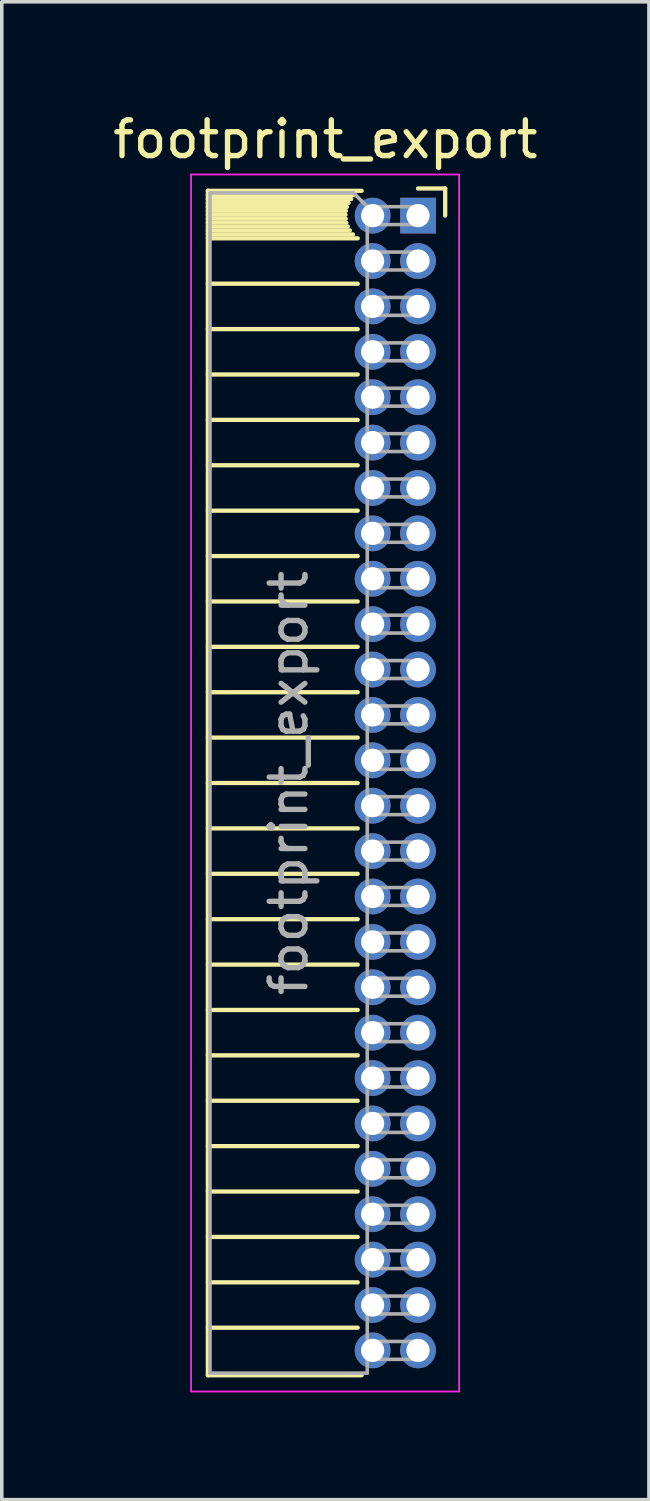
<source format=kicad_pcb>
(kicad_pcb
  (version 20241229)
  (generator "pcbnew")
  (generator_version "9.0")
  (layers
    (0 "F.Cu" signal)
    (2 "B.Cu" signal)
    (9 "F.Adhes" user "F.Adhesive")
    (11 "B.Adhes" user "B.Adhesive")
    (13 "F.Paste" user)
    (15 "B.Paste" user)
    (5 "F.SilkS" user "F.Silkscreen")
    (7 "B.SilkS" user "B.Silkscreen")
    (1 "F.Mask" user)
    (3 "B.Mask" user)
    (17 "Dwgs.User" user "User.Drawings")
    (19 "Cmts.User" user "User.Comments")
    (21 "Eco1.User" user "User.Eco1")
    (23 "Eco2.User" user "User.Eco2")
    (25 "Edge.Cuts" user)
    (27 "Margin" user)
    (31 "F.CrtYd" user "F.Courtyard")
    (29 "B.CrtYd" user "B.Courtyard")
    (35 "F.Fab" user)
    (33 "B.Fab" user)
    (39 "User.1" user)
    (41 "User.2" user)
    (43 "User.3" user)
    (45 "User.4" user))
  (footprint "footprint_export"
    (layer "F.Cu")
    (at 8.646 2.983)
    (property "Reference" "footprint_export" (at -2.592 -2.135 0) (layer "F.SilkS") (effects (font (size 1 1) (thickness 0.15))))
    (attr through_hole)
    (fp_line (start -5.88 -0.695) (end -5.88 32.445) (stroke (width 0.12) (type solid)) (layer "F.SilkS"))
    (fp_line (start -5.88 -0.695) (end -1.578 -0.695) (stroke (width 0.12) (type solid)) (layer "F.SilkS"))
    (fp_line (start -5.88 -0.575) (end -1.767 -0.575) (stroke (width 0.12) (type solid)) (layer "F.SilkS"))
    (fp_line (start -5.88 -0.465) (end -1.871 -0.465) (stroke (width 0.12) (type solid)) (layer "F.SilkS"))
    (fp_line (start -5.88 -0.355) (end -1.942 -0.355) (stroke (width 0.12) (type solid)) (layer "F.SilkS"))
    (fp_line (start -5.88 -0.245) (end -1.989 -0.245) (stroke (width 0.12) (type solid)) (layer "F.SilkS"))
    (fp_line (start -5.88 -0.135) (end -2.018 -0.135) (stroke (width 0.12) (type solid)) (layer "F.SilkS"))
    (fp_line (start -5.88 -0.025) (end -2.03 -0.025) (stroke (width 0.12) (type solid)) (layer "F.SilkS"))
    (fp_line (start -5.88 0.085) (end -2.025 0.085) (stroke (width 0.12) (type solid)) (layer "F.SilkS"))
    (fp_line (start -5.88 0.195) (end -2.005 0.195) (stroke (width 0.12) (type solid)) (layer "F.SilkS"))
    (fp_line (start -5.88 0.305) (end -1.966 0.305) (stroke (width 0.12) (type solid)) (layer "F.SilkS"))
    (fp_line (start -5.88 0.415) (end -1.907 0.415) (stroke (width 0.12) (type solid)) (layer "F.SilkS"))
    (fp_line (start -5.88 0.525) (end -1.82 0.525) (stroke (width 0.12) (type solid)) (layer "F.SilkS"))
    (fp_line (start -5.88 0.635) (end -1.688 0.635) (stroke (width 0.12) (type solid)) (layer "F.SilkS"))
    (fp_line (start -5.88 1.905) (end -1.688 1.905) (stroke (width 0.12) (type solid)) (layer "F.SilkS"))
    (fp_line (start -5.88 3.175) (end -1.688 3.175) (stroke (width 0.12) (type solid)) (layer "F.SilkS"))
    (fp_line (start -5.88 4.445) (end -1.688 4.445) (stroke (width 0.12) (type solid)) (layer "F.SilkS"))
    (fp_line (start -5.88 5.715) (end -1.688 5.715) (stroke (width 0.12) (type solid)) (layer "F.SilkS"))
    (fp_line (start -5.88 6.985) (end -1.688 6.985) (stroke (width 0.12) (type solid)) (layer "F.SilkS"))
    (fp_line (start -5.88 8.255) (end -1.688 8.255) (stroke (width 0.12) (type solid)) (layer "F.SilkS"))
    (fp_line (start -5.88 9.525) (end -1.688 9.525) (stroke (width 0.12) (type solid)) (layer "F.SilkS"))
    (fp_line (start -5.88 10.795) (end -1.688 10.795) (stroke (width 0.12) (type solid)) (layer "F.SilkS"))
    (fp_line (start -5.88 12.065) (end -1.688 12.065) (stroke (width 0.12) (type solid)) (layer "F.SilkS"))
    (fp_line (start -5.88 13.335) (end -1.688 13.335) (stroke (width 0.12) (type solid)) (layer "F.SilkS"))
    (fp_line (start -5.88 14.605) (end -1.688 14.605) (stroke (width 0.12) (type solid)) (layer "F.SilkS"))
    (fp_line (start -5.88 15.875) (end -1.688 15.875) (stroke (width 0.12) (type solid)) (layer "F.SilkS"))
    (fp_line (start -5.88 17.145) (end -1.688 17.145) (stroke (width 0.12) (type solid)) (layer "F.SilkS"))
    (fp_line (start -5.88 18.415) (end -1.688 18.415) (stroke (width 0.12) (type solid)) (layer "F.SilkS"))
    (fp_line (start -5.88 19.685) (end -1.688 19.685) (stroke (width 0.12) (type solid)) (layer "F.SilkS"))
    (fp_line (start -5.88 20.955) (end -1.688 20.955) (stroke (width 0.12) (type solid)) (layer "F.SilkS"))
    (fp_line (start -5.88 22.225) (end -1.688 22.225) (stroke (width 0.12) (type solid)) (layer "F.SilkS"))
    (fp_line (start -5.88 23.495) (end -1.688 23.495) (stroke (width 0.12) (type solid)) (layer "F.SilkS"))
    (fp_line (start -5.88 24.765) (end -1.688 24.765) (stroke (width 0.12) (type solid)) (layer "F.SilkS"))
    (fp_line (start -5.88 26.035) (end -1.688 26.035) (stroke (width 0.12) (type solid)) (layer "F.SilkS"))
    (fp_line (start -5.88 27.305) (end -1.688 27.305) (stroke (width 0.12) (type solid)) (layer "F.SilkS"))
    (fp_line (start -5.88 28.575) (end -1.688 28.575) (stroke (width 0.12) (type solid)) (layer "F.SilkS"))
    (fp_line (start -5.88 29.845) (end -1.688 29.845) (stroke (width 0.12) (type solid)) (layer "F.SilkS"))
    (fp_line (start -5.88 31.115) (end -1.688 31.115) (stroke (width 0.12) (type solid)) (layer "F.SilkS"))
    (fp_line (start -5.88 32.445) (end -1.578 32.445) (stroke (width 0.12) (type solid)) (layer "F.SilkS"))
    (fp_line (start 0 -0.76) (end 0.76 -0.76) (stroke (width 0.12) (type solid)) (layer "F.SilkS"))
    (fp_line (start 0.76 -0.76) (end 0.76 0) (stroke (width 0.12) (type solid)) (layer "F.SilkS"))
    (fp_line (start -6.35 -1.15) (end -6.35 32.9) (stroke (width 0.05) (type solid)) (layer "F.CrtYd"))
    (fp_line (start -6.35 32.9) (end 1.15 32.9) (stroke (width 0.05) (type solid)) (layer "F.CrtYd"))
    (fp_line (start 1.15 -1.15) (end -6.35 -1.15) (stroke (width 0.05) (type solid)) (layer "F.CrtYd"))
    (fp_line (start 1.15 32.9) (end 1.15 -1.15) (stroke (width 0.05) (type solid)) (layer "F.CrtYd"))
    (fp_line (start -5.82 -0.635) (end -1.805 -0.635) (stroke (width 0.1) (type solid)) (layer "F.Fab"))
    (fp_line (start -5.82 32.385) (end -5.82 -0.635) (stroke (width 0.1) (type solid)) (layer "F.Fab"))
    (fp_line (start -1.805 -0.635) (end -1.42 -0.25) (stroke (width 0.1) (type solid)) (layer "F.Fab"))
    (fp_line (start -1.42 -0.25) (end -1.42 32.385) (stroke (width 0.1) (type solid)) (layer "F.Fab"))
    (fp_line (start -1.42 0.25) (end 0 0.25) (stroke (width 0.1) (type solid)) (layer "F.Fab"))
    (fp_line (start -1.42 1.52) (end 0 1.52) (stroke (width 0.1) (type solid)) (layer "F.Fab"))
    (fp_line (start -1.42 2.79) (end 0 2.79) (stroke (width 0.1) (type solid)) (layer "F.Fab"))
    (fp_line (start -1.42 4.06) (end 0 4.06) (stroke (width 0.1) (type solid)) (layer "F.Fab"))
    (fp_line (start -1.42 5.33) (end 0 5.33) (stroke (width 0.1) (type solid)) (layer "F.Fab"))
    (fp_line (start -1.42 6.6) (end 0 6.6) (stroke (width 0.1) (type solid)) (layer "F.Fab"))
    (fp_line (start -1.42 7.87) (end 0 7.87) (stroke (width 0.1) (type solid)) (layer "F.Fab"))
    (fp_line (start -1.42 9.14) (end 0 9.14) (stroke (width 0.1) (type solid)) (layer "F.Fab"))
    (fp_line (start -1.42 10.41) (end 0 10.41) (stroke (width 0.1) (type solid)) (layer "F.Fab"))
    (fp_line (start -1.42 11.68) (end 0 11.68) (stroke (width 0.1) (type solid)) (layer "F.Fab"))
    (fp_line (start -1.42 12.95) (end 0 12.95) (stroke (width 0.1) (type solid)) (layer "F.Fab"))
    (fp_line (start -1.42 14.22) (end 0 14.22) (stroke (width 0.1) (type solid)) (layer "F.Fab"))
    (fp_line (start -1.42 15.49) (end 0 15.49) (stroke (width 0.1) (type solid)) (layer "F.Fab"))
    (fp_line (start -1.42 16.76) (end 0 16.76) (stroke (width 0.1) (type solid)) (layer "F.Fab"))
    (fp_line (start -1.42 18.03) (end 0 18.03) (stroke (width 0.1) (type solid)) (layer "F.Fab"))
    (fp_line (start -1.42 19.3) (end 0 19.3) (stroke (width 0.1) (type solid)) (layer "F.Fab"))
    (fp_line (start -1.42 20.57) (end 0 20.57) (stroke (width 0.1) (type solid)) (layer "F.Fab"))
    (fp_line (start -1.42 21.84) (end 0 21.84) (stroke (width 0.1) (type solid)) (layer "F.Fab"))
    (fp_line (start -1.42 23.11) (end 0 23.11) (stroke (width 0.1) (type solid)) (layer "F.Fab"))
    (fp_line (start -1.42 24.38) (end 0 24.38) (stroke (width 0.1) (type solid)) (layer "F.Fab"))
    (fp_line (start -1.42 25.65) (end 0 25.65) (stroke (width 0.1) (type solid)) (layer "F.Fab"))
    (fp_line (start -1.42 26.92) (end 0 26.92) (stroke (width 0.1) (type solid)) (layer "F.Fab"))
    (fp_line (start -1.42 28.19) (end 0 28.19) (stroke (width 0.1) (type solid)) (layer "F.Fab"))
    (fp_line (start -1.42 29.46) (end 0 29.46) (stroke (width 0.1) (type solid)) (layer "F.Fab"))
    (fp_line (start -1.42 30.73) (end 0 30.73) (stroke (width 0.1) (type solid)) (layer "F.Fab"))
    (fp_line (start -1.42 32) (end 0 32) (stroke (width 0.1) (type solid)) (layer "F.Fab"))
    (fp_line (start -1.42 32.385) (end -5.82 32.385) (stroke (width 0.1) (type solid)) (layer "F.Fab"))
    (fp_line (start 0 -0.25) (end -1.42 -0.25) (stroke (width 0.1) (type solid)) (layer "F.Fab"))
    (fp_line (start 0 0.25) (end 0 -0.25) (stroke (width 0.1) (type solid)) (layer "F.Fab"))
    (fp_line (start 0 1.02) (end -1.42 1.02) (stroke (width 0.1) (type solid)) (layer "F.Fab"))
    (fp_line (start 0 1.52) (end 0 1.02) (stroke (width 0.1) (type solid)) (layer "F.Fab"))
    (fp_line (start 0 2.29) (end -1.42 2.29) (stroke (width 0.1) (type solid)) (layer "F.Fab"))
    (fp_line (start 0 2.79) (end 0 2.29) (stroke (width 0.1) (type solid)) (layer "F.Fab"))
    (fp_line (start 0 3.56) (end -1.42 3.56) (stroke (width 0.1) (type solid)) (layer "F.Fab"))
    (fp_line (start 0 4.06) (end 0 3.56) (stroke (width 0.1) (type solid)) (layer "F.Fab"))
    (fp_line (start 0 4.83) (end -1.42 4.83) (stroke (width 0.1) (type solid)) (layer "F.Fab"))
    (fp_line (start 0 5.33) (end 0 4.83) (stroke (width 0.1) (type solid)) (layer "F.Fab"))
    (fp_line (start 0 6.1) (end -1.42 6.1) (stroke (width 0.1) (type solid)) (layer "F.Fab"))
    (fp_line (start 0 6.6) (end 0 6.1) (stroke (width 0.1) (type solid)) (layer "F.Fab"))
    (fp_line (start 0 7.37) (end -1.42 7.37) (stroke (width 0.1) (type solid)) (layer "F.Fab"))
    (fp_line (start 0 7.87) (end 0 7.37) (stroke (width 0.1) (type solid)) (layer "F.Fab"))
    (fp_line (start 0 8.64) (end -1.42 8.64) (stroke (width 0.1) (type solid)) (layer "F.Fab"))
    (fp_line (start 0 9.14) (end 0 8.64) (stroke (width 0.1) (type solid)) (layer "F.Fab"))
    (fp_line (start 0 9.91) (end -1.42 9.91) (stroke (width 0.1) (type solid)) (layer "F.Fab"))
    (fp_line (start 0 10.41) (end 0 9.91) (stroke (width 0.1) (type solid)) (layer "F.Fab"))
    (fp_line (start 0 11.18) (end -1.42 11.18) (stroke (width 0.1) (type solid)) (layer "F.Fab"))
    (fp_line (start 0 11.68) (end 0 11.18) (stroke (width 0.1) (type solid)) (layer "F.Fab"))
    (fp_line (start 0 12.45) (end -1.42 12.45) (stroke (width 0.1) (type solid)) (layer "F.Fab"))
    (fp_line (start 0 12.95) (end 0 12.45) (stroke (width 0.1) (type solid)) (layer "F.Fab"))
    (fp_line (start 0 13.72) (end -1.42 13.72) (stroke (width 0.1) (type solid)) (layer "F.Fab"))
    (fp_line (start 0 14.22) (end 0 13.72) (stroke (width 0.1) (type solid)) (layer "F.Fab"))
    (fp_line (start 0 14.99) (end -1.42 14.99) (stroke (width 0.1) (type solid)) (layer "F.Fab"))
    (fp_line (start 0 15.49) (end 0 14.99) (stroke (width 0.1) (type solid)) (layer "F.Fab"))
    (fp_line (start 0 16.26) (end -1.42 16.26) (stroke (width 0.1) (type solid)) (layer "F.Fab"))
    (fp_line (start 0 16.76) (end 0 16.26) (stroke (width 0.1) (type solid)) (layer "F.Fab"))
    (fp_line (start 0 17.53) (end -1.42 17.53) (stroke (width 0.1) (type solid)) (layer "F.Fab"))
    (fp_line (start 0 18.03) (end 0 17.53) (stroke (width 0.1) (type solid)) (layer "F.Fab"))
    (fp_line (start 0 18.8) (end -1.42 18.8) (stroke (width 0.1) (type solid)) (layer "F.Fab"))
    (fp_line (start 0 19.3) (end 0 18.8) (stroke (width 0.1) (type solid)) (layer "F.Fab"))
    (fp_line (start 0 20.07) (end -1.42 20.07) (stroke (width 0.1) (type solid)) (layer "F.Fab"))
    (fp_line (start 0 20.57) (end 0 20.07) (stroke (width 0.1) (type solid)) (layer "F.Fab"))
    (fp_line (start 0 21.34) (end -1.42 21.34) (stroke (width 0.1) (type solid)) (layer "F.Fab"))
    (fp_line (start 0 21.84) (end 0 21.34) (stroke (width 0.1) (type solid)) (layer "F.Fab"))
    (fp_line (start 0 22.61) (end -1.42 22.61) (stroke (width 0.1) (type solid)) (layer "F.Fab"))
    (fp_line (start 0 23.11) (end 0 22.61) (stroke (width 0.1) (type solid)) (layer "F.Fab"))
    (fp_line (start 0 23.88) (end -1.42 23.88) (stroke (width 0.1) (type solid)) (layer "F.Fab"))
    (fp_line (start 0 24.38) (end 0 23.88) (stroke (width 0.1) (type solid)) (layer "F.Fab"))
    (fp_line (start 0 25.15) (end -1.42 25.15) (stroke (width 0.1) (type solid)) (layer "F.Fab"))
    (fp_line (start 0 25.65) (end 0 25.15) (stroke (width 0.1) (type solid)) (layer "F.Fab"))
    (fp_line (start 0 26.42) (end -1.42 26.42) (stroke (width 0.1) (type solid)) (layer "F.Fab"))
    (fp_line (start 0 26.92) (end 0 26.42) (stroke (width 0.1) (type solid)) (layer "F.Fab"))
    (fp_line (start 0 27.69) (end -1.42 27.69) (stroke (width 0.1) (type solid)) (layer "F.Fab"))
    (fp_line (start 0 28.19) (end 0 27.69) (stroke (width 0.1) (type solid)) (layer "F.Fab"))
    (fp_line (start 0 28.96) (end -1.42 28.96) (stroke (width 0.1) (type solid)) (layer "F.Fab"))
    (fp_line (start 0 29.46) (end 0 28.96) (stroke (width 0.1) (type solid)) (layer "F.Fab"))
    (fp_line (start 0 30.23) (end -1.42 30.23) (stroke (width 0.1) (type solid)) (layer "F.Fab"))
    (fp_line (start 0 30.73) (end 0 30.23) (stroke (width 0.1) (type solid)) (layer "F.Fab"))
    (fp_line (start 0 31.5) (end -1.42 31.5) (stroke (width 0.1) (type solid)) (layer "F.Fab"))
    (fp_line (start 0 32) (end 0 31.5) (stroke (width 0.1) (type solid)) (layer "F.Fab"))
    (fp_text user "${REFERENCE}" (at -3.62 15.875 90) (layer "F.Fab") (effects (font (size 1 1) (thickness 0.15))))
    (pad "1" thru_hole rect (at 0 0) (size 1 1) (drill 0.65) (layers "*.Cu" "*.Mask"))
    (pad "2" thru_hole oval (at -1.27 0) (size 1 1) (drill 0.65) (layers "*.Cu" "*.Mask"))
    (pad "3" thru_hole oval (at 0 1.27) (size 1 1) (drill 0.65) (layers "*.Cu" "*.Mask"))
    (pad "4" thru_hole oval (at -1.27 1.27) (size 1 1) (drill 0.65) (layers "*.Cu" "*.Mask"))
    (pad "5" thru_hole oval (at 0 2.54) (size 1 1) (drill 0.65) (layers "*.Cu" "*.Mask"))
    (pad "6" thru_hole oval (at -1.27 2.54) (size 1 1) (drill 0.65) (layers "*.Cu" "*.Mask"))
    (pad "7" thru_hole oval (at 0 3.81) (size 1 1) (drill 0.65) (layers "*.Cu" "*.Mask"))
    (pad "8" thru_hole oval (at -1.27 3.81) (size 1 1) (drill 0.65) (layers "*.Cu" "*.Mask"))
    (pad "9" thru_hole oval (at 0 5.08) (size 1 1) (drill 0.65) (layers "*.Cu" "*.Mask"))
    (pad "10" thru_hole oval (at -1.27 5.08) (size 1 1) (drill 0.65) (layers "*.Cu" "*.Mask"))
    (pad "11" thru_hole oval (at 0 6.35) (size 1 1) (drill 0.65) (layers "*.Cu" "*.Mask"))
    (pad "12" thru_hole oval (at -1.27 6.35) (size 1 1) (drill 0.65) (layers "*.Cu" "*.Mask"))
    (pad "13" thru_hole oval (at 0 7.62) (size 1 1) (drill 0.65) (layers "*.Cu" "*.Mask"))
    (pad "14" thru_hole oval (at -1.27 7.62) (size 1 1) (drill 0.65) (layers "*.Cu" "*.Mask"))
    (pad "15" thru_hole oval (at 0 8.89) (size 1 1) (drill 0.65) (layers "*.Cu" "*.Mask"))
    (pad "16" thru_hole oval (at -1.27 8.89) (size 1 1) (drill 0.65) (layers "*.Cu" "*.Mask"))
    (pad "17" thru_hole oval (at 0 10.16) (size 1 1) (drill 0.65) (layers "*.Cu" "*.Mask"))
    (pad "18" thru_hole oval (at -1.27 10.16) (size 1 1) (drill 0.65) (layers "*.Cu" "*.Mask"))
    (pad "19" thru_hole oval (at 0 11.43) (size 1 1) (drill 0.65) (layers "*.Cu" "*.Mask"))
    (pad "20" thru_hole oval (at -1.27 11.43) (size 1 1) (drill 0.65) (layers "*.Cu" "*.Mask"))
    (pad "21" thru_hole oval (at 0 12.7) (size 1 1) (drill 0.65) (layers "*.Cu" "*.Mask"))
    (pad "22" thru_hole oval (at -1.27 12.7) (size 1 1) (drill 0.65) (layers "*.Cu" "*.Mask"))
    (pad "23" thru_hole oval (at 0 13.97) (size 1 1) (drill 0.65) (layers "*.Cu" "*.Mask"))
    (pad "24" thru_hole oval (at -1.27 13.97) (size 1 1) (drill 0.65) (layers "*.Cu" "*.Mask"))
    (pad "25" thru_hole oval (at 0 15.24) (size 1 1) (drill 0.65) (layers "*.Cu" "*.Mask"))
    (pad "26" thru_hole oval (at -1.27 15.24) (size 1 1) (drill 0.65) (layers "*.Cu" "*.Mask"))
    (pad "27" thru_hole oval (at 0 16.51) (size 1 1) (drill 0.65) (layers "*.Cu" "*.Mask"))
    (pad "28" thru_hole oval (at -1.27 16.51) (size 1 1) (drill 0.65) (layers "*.Cu" "*.Mask"))
    (pad "29" thru_hole oval (at 0 17.78) (size 1 1) (drill 0.65) (layers "*.Cu" "*.Mask"))
    (pad "30" thru_hole oval (at -1.27 17.78) (size 1 1) (drill 0.65) (layers "*.Cu" "*.Mask"))
    (pad "31" thru_hole oval (at 0 19.05) (size 1 1) (drill 0.65) (layers "*.Cu" "*.Mask"))
    (pad "32" thru_hole oval (at -1.27 19.05) (size 1 1) (drill 0.65) (layers "*.Cu" "*.Mask"))
    (pad "33" thru_hole oval (at 0 20.32) (size 1 1) (drill 0.65) (layers "*.Cu" "*.Mask"))
    (pad "34" thru_hole oval (at -1.27 20.32) (size 1 1) (drill 0.65) (layers "*.Cu" "*.Mask"))
    (pad "35" thru_hole oval (at 0 21.59) (size 1 1) (drill 0.65) (layers "*.Cu" "*.Mask"))
    (pad "36" thru_hole oval (at -1.27 21.59) (size 1 1) (drill 0.65) (layers "*.Cu" "*.Mask"))
    (pad "37" thru_hole oval (at 0 22.86) (size 1 1) (drill 0.65) (layers "*.Cu" "*.Mask"))
    (pad "38" thru_hole oval (at -1.27 22.86) (size 1 1) (drill 0.65) (layers "*.Cu" "*.Mask"))
    (pad "39" thru_hole oval (at 0 24.13) (size 1 1) (drill 0.65) (layers "*.Cu" "*.Mask"))
    (pad "40" thru_hole oval (at -1.27 24.13) (size 1 1) (drill 0.65) (layers "*.Cu" "*.Mask"))
    (pad "41" thru_hole oval (at 0 25.4) (size 1 1) (drill 0.65) (layers "*.Cu" "*.Mask"))
    (pad "42" thru_hole oval (at -1.27 25.4) (size 1 1) (drill 0.65) (layers "*.Cu" "*.Mask"))
    (pad "43" thru_hole oval (at 0 26.67) (size 1 1) (drill 0.65) (layers "*.Cu" "*.Mask"))
    (pad "44" thru_hole oval (at -1.27 26.67) (size 1 1) (drill 0.65) (layers "*.Cu" "*.Mask"))
    (pad "45" thru_hole oval (at 0 27.94) (size 1 1) (drill 0.65) (layers "*.Cu" "*.Mask"))
    (pad "46" thru_hole oval (at -1.27 27.94) (size 1 1) (drill 0.65) (layers "*.Cu" "*.Mask"))
    (pad "47" thru_hole oval (at 0 29.21) (size 1 1) (drill 0.65) (layers "*.Cu" "*.Mask"))
    (pad "48" thru_hole oval (at -1.27 29.21) (size 1 1) (drill 0.65) (layers "*.Cu" "*.Mask"))
    (pad "49" thru_hole oval (at 0 30.48) (size 1 1) (drill 0.65) (layers "*.Cu" "*.Mask"))
    (pad "50" thru_hole oval (at -1.27 30.48) (size 1 1) (drill 0.65) (layers "*.Cu" "*.Mask"))
    (pad "51" thru_hole oval (at 0 31.75) (size 1 1) (drill 0.65) (layers "*.Cu" "*.Mask"))
    (pad "52" thru_hole oval (at -1.27 31.75) (size 1 1) (drill 0.65) (layers "*.Cu" "*.Mask")))
  (gr_rect
    (start -3 -3)
    (end 15.107 38.908)
    (stroke (width 0.1) (type default))
    (fill no)
    (layer "Edge.Cuts")))
</source>
